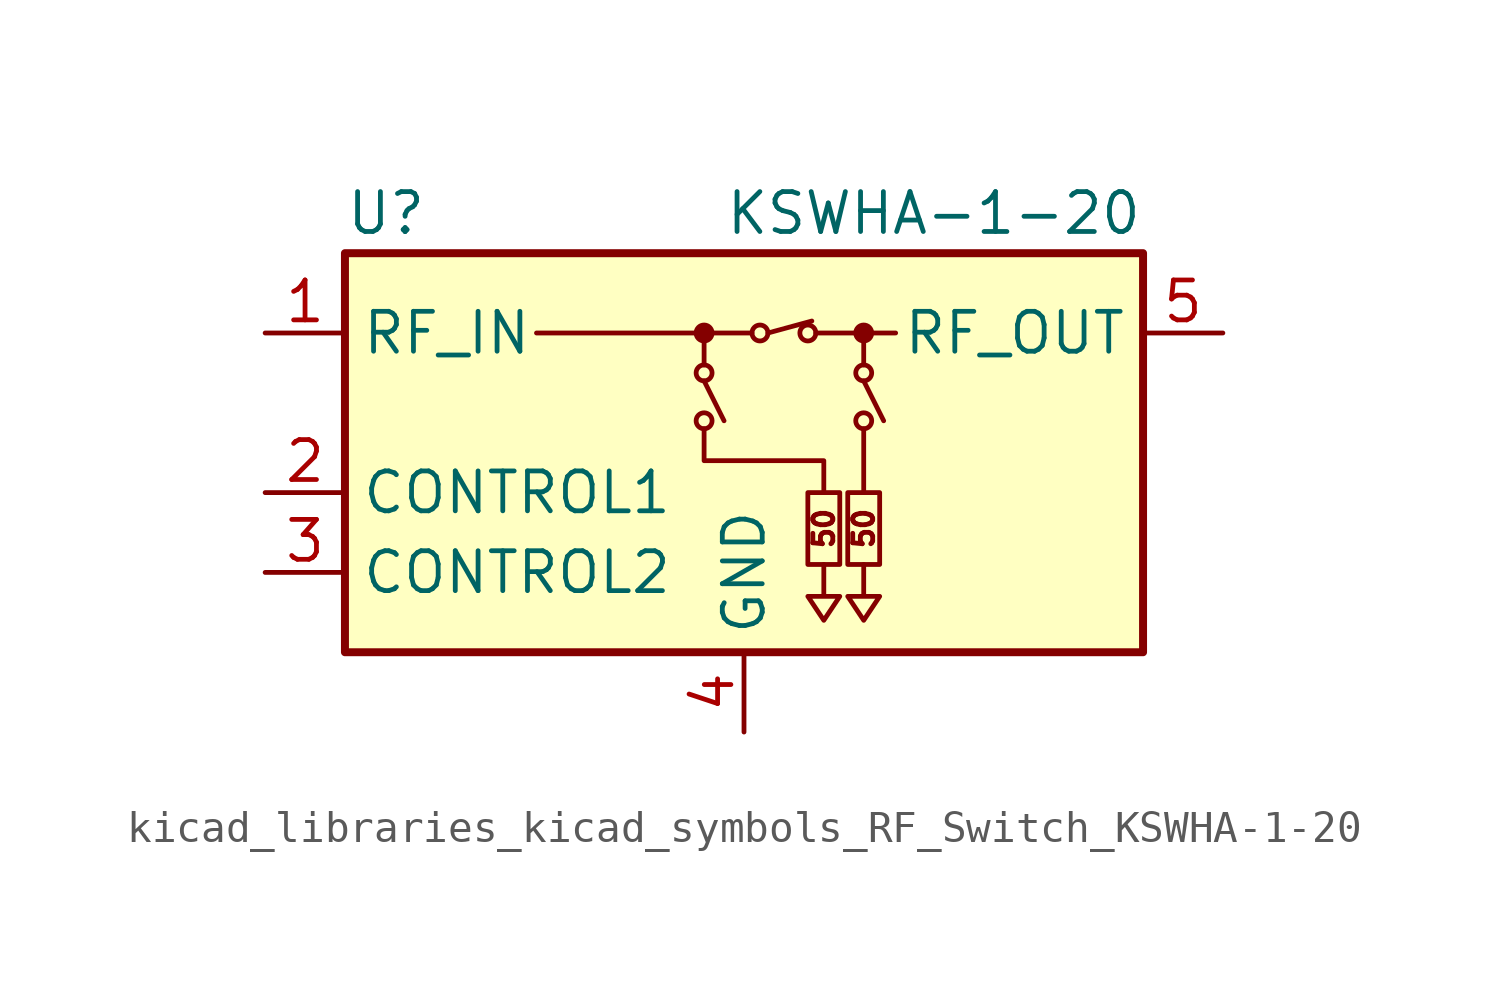
<source format=kicad_sym>
(kicad_symbol_lib
  (version 20220914)
  (generator kicad_symbol_editor)
  (symbol "kicad_libraries_kicad_symbols_RF_Switch_KSWHA-1-20"
    (property "Reference" "U"
      (at -12.7 6.35 0)
      (effects (font (size 1.27 1.27)) (justify left)))
    (property "Value" "KSWHA-1-20"
      (at 12.7 6.35 0)
      (effects (font (size 1.27 1.27)) (justify right)))
    (symbol "kicad_libraries_kicad_symbols_RF_Switch_KSWHA-1-20_0_1"
      (rectangle (start -12.7 5.08) (end 12.7 -7.62) (stroke (width 0.254) (type default)) (fill (type background)))
      (polyline (pts (xy -1.27 -0.508) (xy -1.27 -1.524) (xy 2.54 -1.524) (xy 2.54 -2.54)) (stroke (width 0) (type default)) (fill (type none))))
    (symbol "kicad_libraries_kicad_symbols_RF_Switch_KSWHA-1-20_1_0"
      (text "50" (at 2.54 -3.683 900) (effects (font (size 0.635 0.635))))
      (text "50" (at 3.81 -3.683 900) (effects (font (size 0.635 0.635)))))
    (symbol "kicad_libraries_kicad_symbols_RF_Switch_KSWHA-1-20_1_1"
      (circle (center -1.27 -0.254) (radius 0.254) (stroke (width 0) (type default)) (fill (type none)))
      (circle (center -1.27 1.27) (radius 0.254) (stroke (width 0) (type default)) (fill (type none)))
      (circle (center -1.27 2.54) (radius 0.254) (stroke (width 0) (type default)) (fill (type outline)))
      (polyline (pts (xy -6.604 2.54) (xy 0.254 2.54)) (stroke (width 0) (type default)) (fill (type none)))
      (polyline (pts (xy -1.27 1.016) (xy -0.635 -0.254)) (stroke (width 0) (type default)) (fill (type none)))
      (polyline (pts (xy -1.27 2.54) (xy -1.27 1.524)) (stroke (width 0) (type default)) (fill (type none)))
      (polyline (pts (xy 0.762 2.54) (xy 2.159 2.921)) (stroke (width 0) (type default)) (fill (type none)))
      (polyline (pts (xy 2.286 2.54) (xy 4.826 2.54)) (stroke (width 0) (type default)) (fill (type none)))
      (polyline (pts (xy 3.81 -0.508) (xy 3.81 -2.54)) (stroke (width 0) (type default)) (fill (type none)))
      (polyline (pts (xy 3.81 1.016) (xy 4.445 -0.254)) (stroke (width 0) (type default)) (fill (type none)))
      (polyline (pts (xy 3.81 2.54) (xy 3.81 1.524)) (stroke (width 0) (type default)) (fill (type none)))
      (polyline (pts (xy 2.54 -4.826) (xy 2.54 -5.842) (xy 2.032 -5.842) (xy 2.54 -6.604) (xy 3.048 -5.842) (xy 2.54 -5.842)) (stroke (width 0) (type default)) (fill (type none)))
      (polyline (pts (xy 3.81 -4.826) (xy 3.81 -5.842) (xy 3.302 -5.842) (xy 3.81 -6.604) (xy 4.318 -5.842) (xy 3.81 -5.842)) (stroke (width 0) (type default)) (fill (type none)))
      (circle (center 0.508 2.54) (radius 0.254) (stroke (width 0) (type default)) (fill (type none)))
      (rectangle (start 2.032 -2.54) (end 3.048 -4.826) (stroke (width 0) (type default)) (fill (type none)))
      (circle (center 2.032 2.54) (radius 0.254) (stroke (width 0) (type default)) (fill (type none)))
      (rectangle (start 3.302 -2.54) (end 4.318 -4.826) (stroke (width 0) (type default)) (fill (type none)))
      (circle (center 3.81 -0.254) (radius 0.254) (stroke (width 0) (type default)) (fill (type none)))
      (circle (center 3.81 1.27) (radius 0.254) (stroke (width 0) (type default)) (fill (type none)))
      (circle (center 3.81 2.54) (radius 0.254) (stroke (width 0) (type default)) (fill (type outline)))
      (pin passive line (at -15.24 2.54 0) (length 2.54) (name "RF_IN" (effects (font (size 1.27 1.27)))) (number "1" (effects (font (size 1.27 1.27)))))
      (pin input line (at -15.24 -2.54 0) (length 2.54) (name "CONTROL1" (effects (font (size 1.27 1.27)))) (number "2" (effects (font (size 1.27 1.27)))))
      (pin input line (at -15.24 -5.08 0) (length 2.54) (name "CONTROL2" (effects (font (size 1.27 1.27)))) (number "3" (effects (font (size 1.27 1.27)))))
      (pin power_in line (at 0 -10.16 90) (length 2.54) (name "GND" (effects (font (size 1.27 1.27)))) (number "4" (effects (font (size 1.27 1.27)))))
      (pin passive line (at 15.24 2.54 180) (length 2.54) (name "RF_OUT" (effects (font (size 1.27 1.27)))) (number "5" (effects (font (size 1.27 1.27)))))
      (pin passive line (at 0 -10.16 90) (length 2.54) hide (name "GND" (effects (font (size 1.27 1.27)))) (number "6" (effects (font (size 1.27 1.27)))))
      (pin passive line (at 0 -10.16 90) (length 2.54) hide (name "GND" (effects (font (size 1.27 1.27)))) (number "7" (effects (font (size 1.27 1.27)))))
      (pin passive line (at 0 -10.16 90) (length 2.54) hide (name "GND" (effects (font (size 1.27 1.27)))) (number "8" (effects (font (size 1.27 1.27))))))))
</source>
